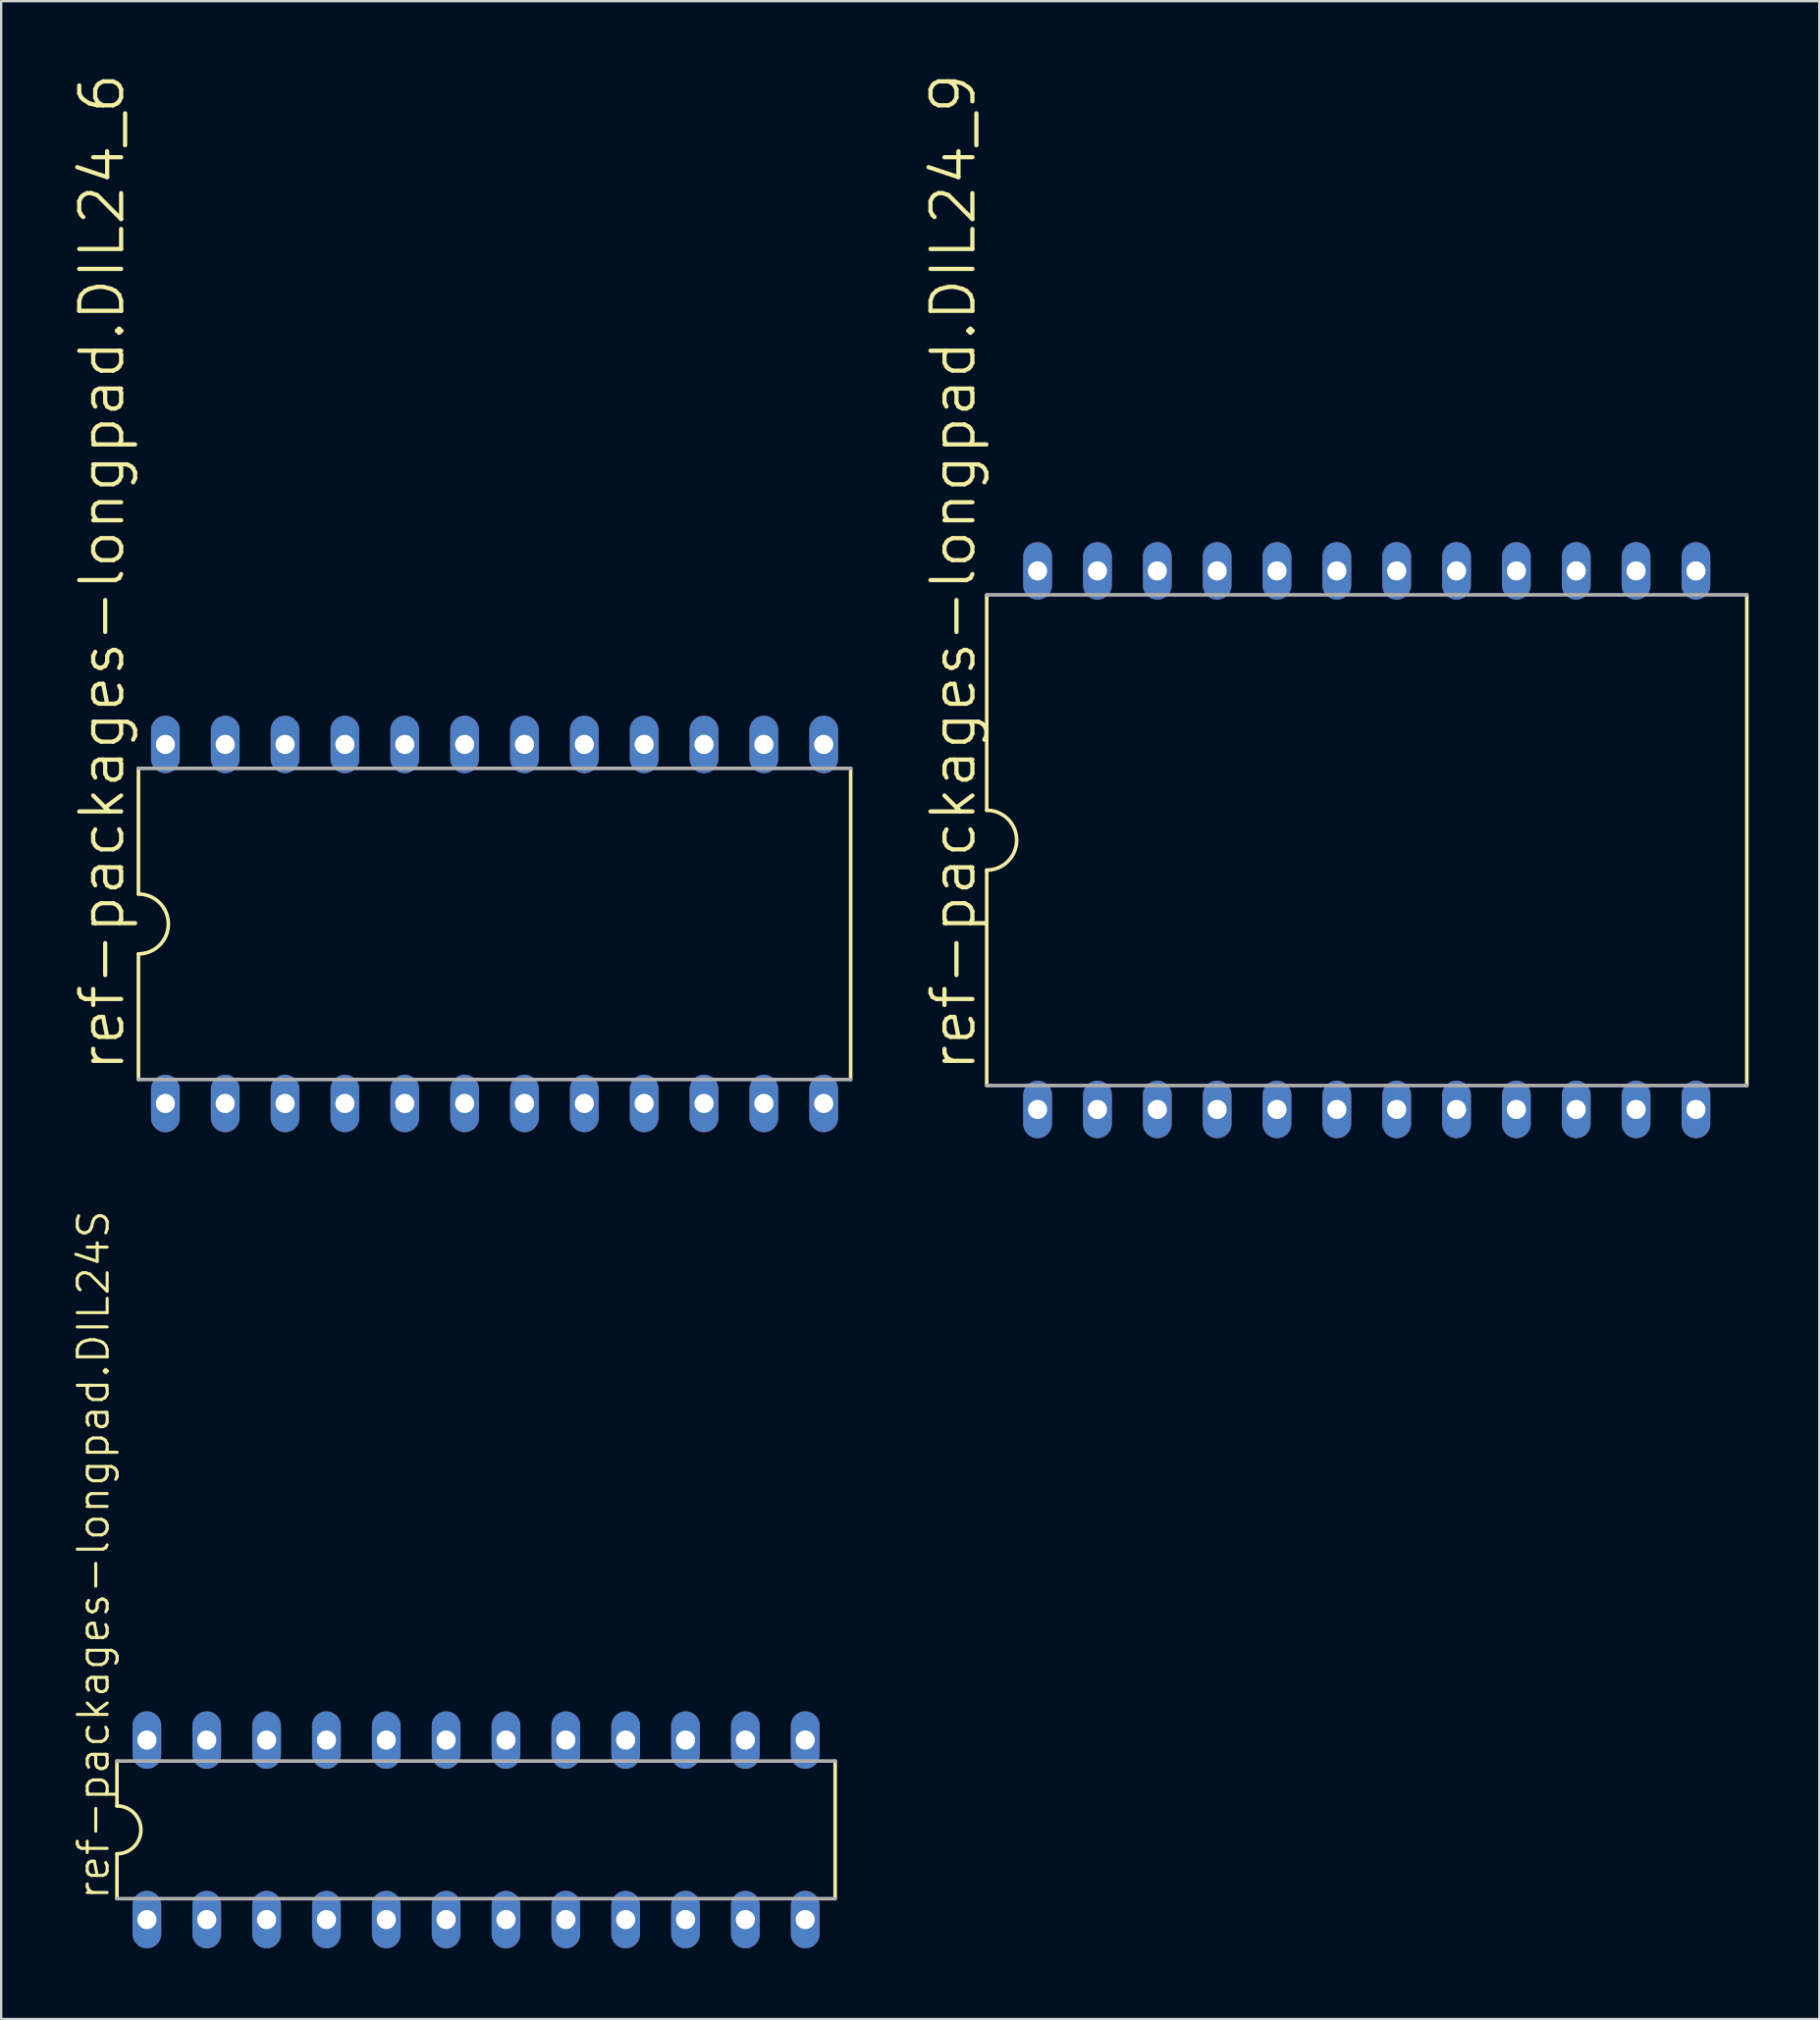
<source format=kicad_pcb>
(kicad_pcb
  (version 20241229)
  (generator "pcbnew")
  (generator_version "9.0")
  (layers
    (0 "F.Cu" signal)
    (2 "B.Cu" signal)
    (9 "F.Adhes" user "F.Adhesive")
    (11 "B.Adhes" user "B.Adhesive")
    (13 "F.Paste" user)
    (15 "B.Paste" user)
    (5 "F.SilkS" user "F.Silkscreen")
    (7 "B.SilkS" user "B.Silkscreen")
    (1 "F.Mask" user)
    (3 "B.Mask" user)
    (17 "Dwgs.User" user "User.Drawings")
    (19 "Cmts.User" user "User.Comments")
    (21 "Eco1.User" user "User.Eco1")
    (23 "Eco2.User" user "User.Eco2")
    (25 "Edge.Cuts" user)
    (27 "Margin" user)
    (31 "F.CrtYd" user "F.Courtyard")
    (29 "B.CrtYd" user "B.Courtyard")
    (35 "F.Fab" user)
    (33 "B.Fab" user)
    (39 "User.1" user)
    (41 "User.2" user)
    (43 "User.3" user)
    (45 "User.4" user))
  (footprint "ref-packages-longpad.DIL24_6"
    (layer "F.Cu")
    (at 17.939 36.168)
    (property "Reference" "ref-packages-longpad.DIL24_6" (at -15.621 6.35 90) (layer "F.SilkS") (effects (font (size 1.778 1.778) (thickness 0.18)) (justify left bottom)))
    (attr through_hole)
    (fp_line (start -15.113 -6.604) (end -15.113 -1.27) (stroke (width 0.152) (type default)) (layer "F.SilkS"))
    (fp_line (start -15.113 1.27) (end -15.113 6.604) (stroke (width 0.152) (type default)) (layer "F.SilkS"))
    (fp_line (start 15.113 6.604) (end 15.113 -6.604) (stroke (width 0.152) (type default)) (layer "F.SilkS"))
    (fp_arc (start -15.113 -1.27) (mid -13.843 0) (end -15.113 1.27) (stroke (width 0.1524) (type default)) (layer "F.SilkS"))
    (fp_line (start -15.113 -6.604) (end 15.113 -6.604) (stroke (width 0.152) (type default)) (layer "F.Fab"))
    (fp_line (start -15.113 6.604) (end 15.113 6.604) (stroke (width 0.152) (type default)) (layer "F.Fab"))
    (pad "1" thru_hole oval (at -13.97 7.62 90) (size 2.438 1.219) (drill 0.813) (layers "*.Cu" "*.Mask"))
    (pad "2" thru_hole oval (at -11.43 7.62 90) (size 2.438 1.219) (drill 0.813) (layers "*.Cu" "*.Mask"))
    (pad "3" thru_hole oval (at -8.89 7.62 90) (size 2.438 1.219) (drill 0.813) (layers "*.Cu" "*.Mask"))
    (pad "4" thru_hole oval (at -6.35 7.62 90) (size 2.438 1.219) (drill 0.813) (layers "*.Cu" "*.Mask"))
    (pad "5" thru_hole oval (at -3.81 7.62 90) (size 2.438 1.219) (drill 0.813) (layers "*.Cu" "*.Mask"))
    (pad "6" thru_hole oval (at -1.27 7.62 90) (size 2.438 1.219) (drill 0.813) (layers "*.Cu" "*.Mask"))
    (pad "7" thru_hole oval (at 1.27 7.62 90) (size 2.438 1.219) (drill 0.813) (layers "*.Cu" "*.Mask"))
    (pad "8" thru_hole oval (at 3.81 7.62 90) (size 2.438 1.219) (drill 0.813) (layers "*.Cu" "*.Mask"))
    (pad "9" thru_hole oval (at 6.35 7.62 90) (size 2.438 1.219) (drill 0.813) (layers "*.Cu" "*.Mask"))
    (pad "10" thru_hole oval (at 8.89 7.62 90) (size 2.438 1.219) (drill 0.813) (layers "*.Cu" "*.Mask"))
    (pad "11" thru_hole oval (at 11.43 7.62 90) (size 2.438 1.219) (drill 0.813) (layers "*.Cu" "*.Mask"))
    (pad "12" thru_hole oval (at 13.97 7.62 90) (size 2.438 1.219) (drill 0.813) (layers "*.Cu" "*.Mask"))
    (pad "13" thru_hole oval (at 13.97 -7.62 90) (size 2.438 1.219) (drill 0.813) (layers "*.Cu" "*.Mask"))
    (pad "14" thru_hole oval (at 11.43 -7.62 90) (size 2.438 1.219) (drill 0.813) (layers "*.Cu" "*.Mask"))
    (pad "15" thru_hole oval (at 8.89 -7.62 90) (size 2.438 1.219) (drill 0.813) (layers "*.Cu" "*.Mask"))
    (pad "16" thru_hole oval (at 6.35 -7.62 90) (size 2.438 1.219) (drill 0.813) (layers "*.Cu" "*.Mask"))
    (pad "17" thru_hole oval (at 3.81 -7.62 90) (size 2.438 1.219) (drill 0.813) (layers "*.Cu" "*.Mask"))
    (pad "18" thru_hole oval (at 1.27 -7.62 90) (size 2.438 1.219) (drill 0.813) (layers "*.Cu" "*.Mask"))
    (pad "19" thru_hole oval (at -1.27 -7.62 90) (size 2.438 1.219) (drill 0.813) (layers "*.Cu" "*.Mask"))
    (pad "20" thru_hole oval (at -3.81 -7.62 90) (size 2.438 1.219) (drill 0.813) (layers "*.Cu" "*.Mask"))
    (pad "21" thru_hole oval (at -6.35 -7.62 90) (size 2.438 1.219) (drill 0.813) (layers "*.Cu" "*.Mask"))
    (pad "22" thru_hole oval (at -8.89 -7.62 90) (size 2.438 1.219) (drill 0.813) (layers "*.Cu" "*.Mask"))
    (pad "23" thru_hole oval (at -11.43 -7.62 90) (size 2.438 1.219) (drill 0.813) (layers "*.Cu" "*.Mask"))
    (pad "24" thru_hole oval (at -13.97 -7.62 90) (size 2.438 1.219) (drill 0.813) (layers "*.Cu" "*.Mask")))
  (footprint "ref-packages-longpad.DIL24S"
    (layer "F.Cu")
    (at 17.154 74.619)
    (property "Reference" "ref-packages-longpad.DIL24S" (at -15.494 3.048 90) (layer "F.SilkS") (effects (font (size 1.27 1.27) (thickness 0.13)) (justify left bottom)))
    (attr through_hole)
    (fp_line (start -15.24 -2.921) (end -15.24 -1.016) (stroke (width 0.152) (type default)) (layer "F.SilkS"))
    (fp_line (start -15.24 2.921) (end -15.24 1.016) (stroke (width 0.152) (type default)) (layer "F.SilkS"))
    (fp_line (start 15.24 -2.921) (end 15.24 2.921) (stroke (width 0.152) (type default)) (layer "F.SilkS"))
    (fp_arc (start -15.24 -1.016) (mid -14.224 0) (end -15.24 1.016) (stroke (width 0.1524) (type default)) (layer "F.SilkS"))
    (fp_line (start -15.24 2.921) (end 15.24 2.921) (stroke (width 0.152) (type default)) (layer "F.Fab"))
    (fp_line (start 15.24 -2.921) (end -15.24 -2.921) (stroke (width 0.152) (type default)) (layer "F.Fab"))
    (pad "1" thru_hole oval (at -13.97 3.81 90) (size 2.438 1.219) (drill 0.813) (layers "*.Cu" "*.Mask"))
    (pad "2" thru_hole oval (at -11.43 3.81 90) (size 2.438 1.219) (drill 0.813) (layers "*.Cu" "*.Mask"))
    (pad "3" thru_hole oval (at -8.89 3.81 90) (size 2.438 1.219) (drill 0.813) (layers "*.Cu" "*.Mask"))
    (pad "4" thru_hole oval (at -6.35 3.81 90) (size 2.438 1.219) (drill 0.813) (layers "*.Cu" "*.Mask"))
    (pad "5" thru_hole oval (at -3.81 3.81 90) (size 2.438 1.219) (drill 0.813) (layers "*.Cu" "*.Mask"))
    (pad "6" thru_hole oval (at -1.27 3.81 90) (size 2.438 1.219) (drill 0.813) (layers "*.Cu" "*.Mask"))
    (pad "7" thru_hole oval (at 1.27 3.81 90) (size 2.438 1.219) (drill 0.813) (layers "*.Cu" "*.Mask"))
    (pad "8" thru_hole oval (at 3.81 3.81 90) (size 2.438 1.219) (drill 0.813) (layers "*.Cu" "*.Mask"))
    (pad "9" thru_hole oval (at 6.35 3.81 90) (size 2.438 1.219) (drill 0.813) (layers "*.Cu" "*.Mask"))
    (pad "10" thru_hole oval (at 8.89 3.81 90) (size 2.438 1.219) (drill 0.813) (layers "*.Cu" "*.Mask"))
    (pad "11" thru_hole oval (at 11.43 3.81 90) (size 2.438 1.219) (drill 0.813) (layers "*.Cu" "*.Mask"))
    (pad "12" thru_hole oval (at 13.97 3.81 90) (size 2.438 1.219) (drill 0.813) (layers "*.Cu" "*.Mask"))
    (pad "13" thru_hole oval (at 13.97 -3.81 90) (size 2.438 1.219) (drill 0.813) (layers "*.Cu" "*.Mask"))
    (pad "14" thru_hole oval (at 11.43 -3.81 90) (size 2.438 1.219) (drill 0.813) (layers "*.Cu" "*.Mask"))
    (pad "15" thru_hole oval (at 8.89 -3.81 90) (size 2.438 1.219) (drill 0.813) (layers "*.Cu" "*.Mask"))
    (pad "16" thru_hole oval (at 6.35 -3.81 90) (size 2.438 1.219) (drill 0.813) (layers "*.Cu" "*.Mask"))
    (pad "17" thru_hole oval (at 3.81 -3.81 90) (size 2.438 1.219) (drill 0.813) (layers "*.Cu" "*.Mask"))
    (pad "18" thru_hole oval (at 1.27 -3.81 90) (size 2.438 1.219) (drill 0.813) (layers "*.Cu" "*.Mask"))
    (pad "19" thru_hole oval (at -1.27 -3.81 90) (size 2.438 1.219) (drill 0.813) (layers "*.Cu" "*.Mask"))
    (pad "20" thru_hole oval (at -3.81 -3.81 90) (size 2.438 1.219) (drill 0.813) (layers "*.Cu" "*.Mask"))
    (pad "21" thru_hole oval (at -6.35 -3.81 90) (size 2.438 1.219) (drill 0.813) (layers "*.Cu" "*.Mask"))
    (pad "22" thru_hole oval (at -8.89 -3.81 90) (size 2.438 1.219) (drill 0.813) (layers "*.Cu" "*.Mask"))
    (pad "23" thru_hole oval (at -11.43 -3.81 90) (size 2.438 1.219) (drill 0.813) (layers "*.Cu" "*.Mask"))
    (pad "24" thru_hole oval (at -13.97 -3.81 90) (size 2.438 1.219) (drill 0.813) (layers "*.Cu" "*.Mask")))
  (footprint "ref-packages-longpad.DIL24_9"
    (layer "F.Cu")
    (at 54.956 32.612)
    (property "Reference" "ref-packages-longpad.DIL24_9" (at -16.51 9.906 90) (layer "F.SilkS") (effects (font (size 1.778 1.778) (thickness 0.18)) (justify left bottom)))
    (attr through_hole)
    (fp_line (start -16.129 -10.414) (end -16.129 -1.27) (stroke (width 0.152) (type default)) (layer "F.SilkS"))
    (fp_line (start -16.129 1.27) (end -16.129 10.414) (stroke (width 0.152) (type default)) (layer "F.SilkS"))
    (fp_line (start 16.129 10.414) (end 16.129 -10.414) (stroke (width 0.152) (type default)) (layer "F.SilkS"))
    (fp_arc (start -16.129 -1.27) (mid -14.859 0) (end -16.129 1.27) (stroke (width 0.1524) (type default)) (layer "F.SilkS"))
    (fp_line (start -16.129 -10.414) (end 16.129 -10.414) (stroke (width 0.152) (type default)) (layer "F.Fab"))
    (fp_line (start -16.129 10.414) (end 16.129 10.414) (stroke (width 0.152) (type default)) (layer "F.Fab"))
    (pad "1" thru_hole oval (at -13.97 11.43 90) (size 2.438 1.219) (drill 0.813) (layers "*.Cu" "*.Mask"))
    (pad "2" thru_hole oval (at -11.43 11.43 90) (size 2.438 1.219) (drill 0.813) (layers "*.Cu" "*.Mask"))
    (pad "3" thru_hole oval (at -8.89 11.43 90) (size 2.438 1.219) (drill 0.813) (layers "*.Cu" "*.Mask"))
    (pad "4" thru_hole oval (at -6.35 11.43 90) (size 2.438 1.219) (drill 0.813) (layers "*.Cu" "*.Mask"))
    (pad "5" thru_hole oval (at -3.81 11.43 90) (size 2.438 1.219) (drill 0.813) (layers "*.Cu" "*.Mask"))
    (pad "6" thru_hole oval (at -1.27 11.43 90) (size 2.438 1.219) (drill 0.813) (layers "*.Cu" "*.Mask"))
    (pad "7" thru_hole oval (at 1.27 11.43 90) (size 2.438 1.219) (drill 0.813) (layers "*.Cu" "*.Mask"))
    (pad "8" thru_hole oval (at 3.81 11.43 90) (size 2.438 1.219) (drill 0.813) (layers "*.Cu" "*.Mask"))
    (pad "9" thru_hole oval (at 6.35 11.43 90) (size 2.438 1.219) (drill 0.813) (layers "*.Cu" "*.Mask"))
    (pad "10" thru_hole oval (at 8.89 11.43 90) (size 2.438 1.219) (drill 0.813) (layers "*.Cu" "*.Mask"))
    (pad "11" thru_hole oval (at 11.43 11.43 90) (size 2.438 1.219) (drill 0.813) (layers "*.Cu" "*.Mask"))
    (pad "12" thru_hole oval (at 13.97 11.43 90) (size 2.438 1.219) (drill 0.813) (layers "*.Cu" "*.Mask"))
    (pad "13" thru_hole oval (at 13.97 -11.43 90) (size 2.438 1.219) (drill 0.813) (layers "*.Cu" "*.Mask"))
    (pad "14" thru_hole oval (at 11.43 -11.43 90) (size 2.438 1.219) (drill 0.813) (layers "*.Cu" "*.Mask"))
    (pad "15" thru_hole oval (at 8.89 -11.43 90) (size 2.438 1.219) (drill 0.813) (layers "*.Cu" "*.Mask"))
    (pad "16" thru_hole oval (at 6.35 -11.43 90) (size 2.438 1.219) (drill 0.813) (layers "*.Cu" "*.Mask"))
    (pad "17" thru_hole oval (at 3.81 -11.43 90) (size 2.438 1.219) (drill 0.813) (layers "*.Cu" "*.Mask"))
    (pad "18" thru_hole oval (at 1.27 -11.43 90) (size 2.438 1.219) (drill 0.813) (layers "*.Cu" "*.Mask"))
    (pad "19" thru_hole oval (at -1.27 -11.43 90) (size 2.438 1.219) (drill 0.813) (layers "*.Cu" "*.Mask"))
    (pad "20" thru_hole oval (at -3.81 -11.43 90) (size 2.438 1.219) (drill 0.813) (layers "*.Cu" "*.Mask"))
    (pad "21" thru_hole oval (at -6.35 -11.43 90) (size 2.438 1.219) (drill 0.813) (layers "*.Cu" "*.Mask"))
    (pad "22" thru_hole oval (at -8.89 -11.43 90) (size 2.438 1.219) (drill 0.813) (layers "*.Cu" "*.Mask"))
    (pad "23" thru_hole oval (at -11.43 -11.43 90) (size 2.438 1.219) (drill 0.813) (layers "*.Cu" "*.Mask"))
    (pad "24" thru_hole oval (at -13.97 -11.43 90) (size 2.438 1.219) (drill 0.813) (layers "*.Cu" "*.Mask")))
  (gr_rect
    (start -3 -3)
    (end 74.161 82.649)
    (stroke (width 0.1) (type default))
    (fill no)
    (layer "Edge.Cuts")))
</source>
